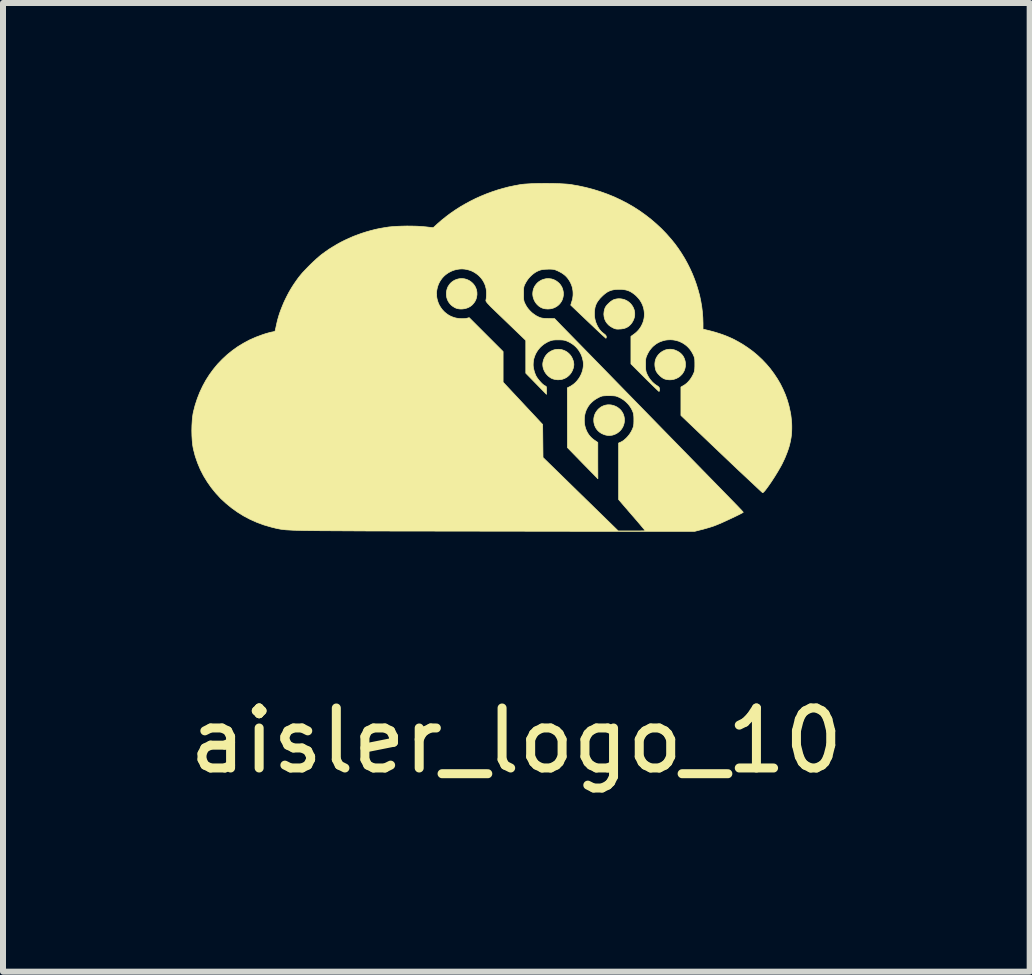
<source format=kicad_pcb>
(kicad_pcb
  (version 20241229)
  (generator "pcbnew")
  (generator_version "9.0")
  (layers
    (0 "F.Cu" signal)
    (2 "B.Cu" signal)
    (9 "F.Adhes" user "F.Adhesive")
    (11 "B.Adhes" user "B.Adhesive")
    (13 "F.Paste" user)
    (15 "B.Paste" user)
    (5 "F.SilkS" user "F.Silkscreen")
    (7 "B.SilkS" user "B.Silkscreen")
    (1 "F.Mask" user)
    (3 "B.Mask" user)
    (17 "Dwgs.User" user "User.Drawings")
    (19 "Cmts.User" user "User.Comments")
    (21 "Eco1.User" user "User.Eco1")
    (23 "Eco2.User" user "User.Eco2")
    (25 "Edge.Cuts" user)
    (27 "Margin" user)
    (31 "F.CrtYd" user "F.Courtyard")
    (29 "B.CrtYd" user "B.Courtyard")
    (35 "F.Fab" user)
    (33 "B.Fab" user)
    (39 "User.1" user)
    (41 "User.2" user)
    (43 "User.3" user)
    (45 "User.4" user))
  (footprint "aisler_logo_10"
    (layer "F.Cu")
    (at 5.354 5.792)
    (property "Reference" "aisler_logo_10" (at 0.2 3.5 0) (unlocked yes) (layer "F.SilkS") (effects (font (size 1 1) (thickness 0.15))))
    (attr smd exclude_from_pos_files exclude_from_bom)
    (fp_poly (pts (xy -0.7 -4.2) (xy -0.682 -4.198) (xy -0.663 -4.196) (xy -0.645 -4.191) (xy -0.627 -4.186) (xy -0.609 -4.178) (xy -0.592 -4.17) (xy -0.575 -4.16) (xy -0.558 -4.148) (xy -0.542 -4.135) (xy -0.526 -4.12) (xy -0.516 -4.109) (xy -0.507 -4.098) (xy -0.499 -4.086) (xy -0.491 -4.074) (xy -0.484 -4.061) (xy -0.478 -4.049) (xy -0.473 -4.036) (xy -0.468 -4.023) (xy -0.464 -4.01) (xy -0.461 -3.996) (xy -0.459 -3.983) (xy -0.457 -3.969) (xy -0.457 -3.955) (xy -0.456 -3.942) (xy -0.457 -3.928) (xy -0.459 -3.914) (xy -0.461 -3.901) (xy -0.464 -3.887) (xy -0.467 -3.874) (xy -0.471 -3.861) (xy -0.476 -3.848) (xy -0.482 -3.836) (xy -0.488 -3.823) (xy -0.496 -3.811) (xy -0.503 -3.8) (xy -0.512 -3.789) (xy -0.521 -3.778) (xy -0.531 -3.767) (xy -0.541 -3.757) (xy -0.553 -3.748) (xy -0.564 -3.739) (xy -0.577 -3.731) (xy -0.59 -3.724) (xy -0.604 -3.717) (xy -0.619 -3.711) (xy -0.634 -3.706) (xy -0.649 -3.702) (xy -0.665 -3.698) (xy -0.681 -3.696) (xy -0.697 -3.694) (xy -0.713 -3.693) (xy -0.729 -3.693) (xy -0.745 -3.694) (xy -0.76 -3.696) (xy -0.775 -3.699) (xy -0.789 -3.702) (xy -0.803 -3.707) (xy -0.816 -3.712) (xy -0.825 -3.717) (xy -0.833 -3.721) (xy -0.841 -3.726) (xy -0.849 -3.731) (xy -0.857 -3.736) (xy -0.865 -3.742) (xy -0.872 -3.747) (xy -0.879 -3.753) (xy -0.886 -3.759) (xy -0.893 -3.766) (xy -0.899 -3.772) (xy -0.905 -3.779) (xy -0.911 -3.786) (xy -0.916 -3.793) (xy -0.922 -3.8) (xy -0.927 -3.808) (xy -0.931 -3.815) (xy -0.936 -3.823) (xy -0.94 -3.831) (xy -0.944 -3.839) (xy -0.947 -3.847) (xy -0.951 -3.856) (xy -0.954 -3.864) (xy -0.956 -3.873) (xy -0.959 -3.882) (xy -0.961 -3.891) (xy -0.962 -3.9) (xy -0.964 -3.909) (xy -0.965 -3.918) (xy -0.966 -3.928) (xy -0.966 -3.937) (xy -0.966 -3.947) (xy -0.966 -3.968) (xy -0.963 -3.988) (xy -0.959 -4.008) (xy -0.954 -4.027) (xy -0.947 -4.045) (xy -0.94 -4.063) (xy -0.93 -4.079) (xy -0.92 -4.094) (xy -0.909 -4.109) (xy -0.897 -4.123) (xy -0.884 -4.135) (xy -0.87 -4.147) (xy -0.855 -4.157) (xy -0.84 -4.167) (xy -0.824 -4.175) (xy -0.807 -4.182) (xy -0.79 -4.188) (xy -0.772 -4.193) (xy -0.755 -4.197) (xy -0.737 -4.199) (xy -0.718 -4.2)) (stroke (width 0.011) (type solid)) (fill yes) (layer "F.SilkS"))
    (fp_poly (pts (xy 1.762 -2.096) (xy 1.778 -2.095) (xy 1.795 -2.091) (xy 1.812 -2.087) (xy 1.823 -2.084) (xy 1.833 -2.08) (xy 1.843 -2.076) (xy 1.853 -2.072) (xy 1.863 -2.067) (xy 1.872 -2.062) (xy 1.881 -2.057) (xy 1.89 -2.051) (xy 1.898 -2.045) (xy 1.906 -2.039) (xy 1.914 -2.032) (xy 1.922 -2.026) (xy 1.929 -2.019) (xy 1.936 -2.011) (xy 1.943 -2.004) (xy 1.949 -1.996) (xy 1.955 -1.988) (xy 1.961 -1.979) (xy 1.966 -1.971) (xy 1.971 -1.962) (xy 1.976 -1.953) (xy 1.98 -1.944) (xy 1.984 -1.935) (xy 1.987 -1.925) (xy 1.99 -1.915) (xy 1.993 -1.906) (xy 1.995 -1.896) (xy 1.997 -1.885) (xy 1.999 -1.875) (xy 2 -1.865) (xy 2 -1.854) (xy 2.001 -1.843) (xy 2 -1.827) (xy 1.999 -1.811) (xy 1.996 -1.795) (xy 1.993 -1.78) (xy 1.988 -1.765) (xy 1.983 -1.75) (xy 1.977 -1.736) (xy 1.971 -1.723) (xy 1.963 -1.71) (xy 1.955 -1.697) (xy 1.946 -1.685) (xy 1.936 -1.673) (xy 1.926 -1.662) (xy 1.915 -1.652) (xy 1.904 -1.643) (xy 1.892 -1.634) (xy 1.88 -1.625) (xy 1.867 -1.618) (xy 1.854 -1.611) (xy 1.84 -1.605) (xy 1.827 -1.6) (xy 1.812 -1.595) (xy 1.798 -1.591) (xy 1.783 -1.589) (xy 1.768 -1.587) (xy 1.753 -1.586) (xy 1.738 -1.586) (xy 1.723 -1.587) (xy 1.708 -1.589) (xy 1.692 -1.592) (xy 1.677 -1.596) (xy 1.661 -1.601) (xy 1.645 -1.608) (xy 1.629 -1.615) (xy 1.614 -1.623) (xy 1.599 -1.632) (xy 1.586 -1.642) (xy 1.573 -1.653) (xy 1.561 -1.664) (xy 1.55 -1.676) (xy 1.54 -1.688) (xy 1.531 -1.701) (xy 1.522 -1.715) (xy 1.515 -1.73) (xy 1.508 -1.745) (xy 1.502 -1.761) (xy 1.498 -1.777) (xy 1.494 -1.793) (xy 1.491 -1.811) (xy 1.49 -1.828) (xy 1.49 -1.845) (xy 1.49 -1.862) (xy 1.492 -1.878) (xy 1.495 -1.895) (xy 1.499 -1.91) (xy 1.504 -1.926) (xy 1.509 -1.941) (xy 1.516 -1.955) (xy 1.523 -1.969) (xy 1.532 -1.982) (xy 1.541 -1.995) (xy 1.551 -2.008) (xy 1.561 -2.019) (xy 1.572 -2.03) (xy 1.584 -2.04) (xy 1.596 -2.05) (xy 1.609 -2.059) (xy 1.623 -2.067) (xy 1.637 -2.074) (xy 1.651 -2.08) (xy 1.666 -2.085) (xy 1.681 -2.09) (xy 1.697 -2.093) (xy 1.713 -2.096) (xy 1.729 -2.097) (xy 1.745 -2.097)) (stroke (width 0.011) (type solid)) (fill yes) (layer "F.SilkS"))
    (fp_poly (pts (xy 0.747 -4.199) (xy 0.764 -4.197) (xy 0.781 -4.195) (xy 0.797 -4.191) (xy 0.814 -4.185) (xy 0.83 -4.179) (xy 0.846 -4.171) (xy 0.862 -4.162) (xy 0.878 -4.151) (xy 0.892 -4.14) (xy 0.906 -4.128) (xy 0.918 -4.116) (xy 0.929 -4.103) (xy 0.939 -4.089) (xy 0.949 -4.074) (xy 0.957 -4.06) (xy 0.964 -4.044) (xy 0.97 -4.029) (xy 0.974 -4.013) (xy 0.978 -3.997) (xy 0.981 -3.981) (xy 0.983 -3.965) (xy 0.983 -3.948) (xy 0.983 -3.932) (xy 0.982 -3.916) (xy 0.979 -3.899) (xy 0.976 -3.883) (xy 0.971 -3.868) (xy 0.966 -3.852) (xy 0.96 -3.837) (xy 0.952 -3.822) (xy 0.943 -3.808) (xy 0.934 -3.795) (xy 0.923 -3.781) (xy 0.912 -3.769) (xy 0.899 -3.757) (xy 0.886 -3.746) (xy 0.871 -3.736) (xy 0.856 -3.727) (xy 0.839 -3.718) (xy 0.827 -3.713) (xy 0.815 -3.708) (xy 0.803 -3.705) (xy 0.79 -3.701) (xy 0.777 -3.698) (xy 0.764 -3.696) (xy 0.751 -3.695) (xy 0.738 -3.694) (xy 0.724 -3.693) (xy 0.711 -3.694) (xy 0.698 -3.695) (xy 0.685 -3.696) (xy 0.672 -3.698) (xy 0.659 -3.701) (xy 0.647 -3.704) (xy 0.635 -3.708) (xy 0.635 -3.708) (xy 0.626 -3.712) (xy 0.618 -3.715) (xy 0.61 -3.719) (xy 0.601 -3.724) (xy 0.594 -3.729) (xy 0.586 -3.734) (xy 0.578 -3.739) (xy 0.571 -3.745) (xy 0.564 -3.751) (xy 0.557 -3.758) (xy 0.55 -3.764) (xy 0.544 -3.771) (xy 0.537 -3.778) (xy 0.531 -3.786) (xy 0.525 -3.794) (xy 0.52 -3.801) (xy 0.514 -3.81) (xy 0.509 -3.818) (xy 0.505 -3.826) (xy 0.5 -3.835) (xy 0.496 -3.844) (xy 0.492 -3.853) (xy 0.489 -3.862) (xy 0.486 -3.871) (xy 0.483 -3.88) (xy 0.48 -3.89) (xy 0.478 -3.899) (xy 0.476 -3.909) (xy 0.475 -3.918) (xy 0.474 -3.928) (xy 0.473 -3.937) (xy 0.473 -3.947) (xy 0.474 -3.965) (xy 0.476 -3.983) (xy 0.479 -4) (xy 0.483 -4.017) (xy 0.488 -4.033) (xy 0.495 -4.049) (xy 0.502 -4.064) (xy 0.51 -4.078) (xy 0.52 -4.092) (xy 0.53 -4.105) (xy 0.54 -4.117) (xy 0.552 -4.129) (xy 0.564 -4.14) (xy 0.577 -4.15) (xy 0.591 -4.159) (xy 0.605 -4.167) (xy 0.619 -4.175) (xy 0.634 -4.181) (xy 0.649 -4.187) (xy 0.665 -4.191) (xy 0.681 -4.195) (xy 0.697 -4.198) (xy 0.714 -4.199) (xy 0.73 -4.2)) (stroke (width 0.011) (type solid)) (fill yes) (layer "F.SilkS"))
    (fp_poly (pts (xy 2.78 -3.022) (xy 2.799 -3.019) (xy 2.817 -3.016) (xy 2.836 -3.011) (xy 2.854 -3.004) (xy 2.872 -2.996) (xy 2.881 -2.992) (xy 2.889 -2.988) (xy 2.897 -2.983) (xy 2.905 -2.978) (xy 2.913 -2.973) (xy 2.92 -2.968) (xy 2.927 -2.963) (xy 2.934 -2.957) (xy 2.941 -2.951) (xy 2.947 -2.945) (xy 2.953 -2.939) (xy 2.959 -2.932) (xy 2.965 -2.926) (xy 2.97 -2.919) (xy 2.975 -2.912) (xy 2.98 -2.904) (xy 2.984 -2.897) (xy 2.988 -2.89) (xy 2.992 -2.882) (xy 2.996 -2.874) (xy 2.999 -2.866) (xy 3.002 -2.858) (xy 3.005 -2.849) (xy 3.008 -2.841) (xy 3.01 -2.832) (xy 3.012 -2.823) (xy 3.014 -2.815) (xy 3.015 -2.805) (xy 3.016 -2.796) (xy 3.017 -2.787) (xy 3.017 -2.778) (xy 3.017 -2.768) (xy 3.017 -2.752) (xy 3.016 -2.736) (xy 3.013 -2.72) (xy 3.01 -2.705) (xy 3.006 -2.691) (xy 3.001 -2.676) (xy 2.995 -2.663) (xy 2.989 -2.649) (xy 2.981 -2.637) (xy 2.973 -2.624) (xy 2.965 -2.612) (xy 2.955 -2.601) (xy 2.945 -2.591) (xy 2.935 -2.581) (xy 2.924 -2.571) (xy 2.912 -2.562) (xy 2.9 -2.554) (xy 2.887 -2.547) (xy 2.874 -2.54) (xy 2.861 -2.534) (xy 2.847 -2.529) (xy 2.832 -2.524) (xy 2.818 -2.52) (xy 2.803 -2.518) (xy 2.788 -2.515) (xy 2.772 -2.514) (xy 2.757 -2.514) (xy 2.741 -2.514) (xy 2.725 -2.516) (xy 2.709 -2.518) (xy 2.692 -2.521) (xy 2.676 -2.526) (xy 2.676 -2.526) (xy 2.671 -2.527) (xy 2.666 -2.529) (xy 2.656 -2.534) (xy 2.645 -2.539) (xy 2.635 -2.546) (xy 2.623 -2.554) (xy 2.612 -2.563) (xy 2.601 -2.572) (xy 2.59 -2.582) (xy 2.58 -2.593) (xy 2.57 -2.603) (xy 2.56 -2.614) (xy 2.551 -2.625) (xy 2.543 -2.636) (xy 2.536 -2.647) (xy 2.531 -2.657) (xy 2.526 -2.667) (xy 2.524 -2.672) (xy 2.522 -2.678) (xy 2.521 -2.683) (xy 2.519 -2.689) (xy 2.516 -2.702) (xy 2.513 -2.716) (xy 2.511 -2.729) (xy 2.509 -2.743) (xy 2.509 -2.75) (xy 2.508 -2.756) (xy 2.508 -2.762) (xy 2.508 -2.768) (xy 2.508 -2.782) (xy 2.509 -2.796) (xy 2.511 -2.81) (xy 2.513 -2.823) (xy 2.516 -2.836) (xy 2.52 -2.848) (xy 2.524 -2.861) (xy 2.529 -2.873) (xy 2.535 -2.884) (xy 2.541 -2.895) (xy 2.548 -2.906) (xy 2.556 -2.917) (xy 2.564 -2.928) (xy 2.573 -2.938) (xy 2.583 -2.948) (xy 2.593 -2.957) (xy 2.608 -2.97) (xy 2.624 -2.981) (xy 2.64 -2.991) (xy 2.657 -2.999) (xy 2.674 -3.007) (xy 2.691 -3.013) (xy 2.708 -3.017) (xy 2.726 -3.02) (xy 2.744 -3.022) (xy 2.762 -3.023)) (stroke (width 0.011) (type solid)) (fill yes) (layer "F.SilkS"))
    (fp_poly (pts (xy 0.918 -3.021) (xy 0.936 -3.019) (xy 0.954 -3.016) (xy 0.971 -3.011) (xy 0.989 -3.005) (xy 1.006 -2.998) (xy 1.022 -2.99) (xy 1.039 -2.98) (xy 1.055 -2.968) (xy 1.07 -2.956) (xy 1.085 -2.941) (xy 1.092 -2.933) (xy 1.1 -2.924) (xy 1.107 -2.914) (xy 1.114 -2.904) (xy 1.12 -2.894) (xy 1.126 -2.883) (xy 1.132 -2.871) (xy 1.137 -2.86) (xy 1.141 -2.848) (xy 1.146 -2.836) (xy 1.149 -2.824) (xy 1.152 -2.813) (xy 1.154 -2.801) (xy 1.156 -2.79) (xy 1.157 -2.779) (xy 1.158 -2.768) (xy 1.157 -2.757) (xy 1.156 -2.746) (xy 1.154 -2.735) (xy 1.152 -2.723) (xy 1.149 -2.712) (xy 1.146 -2.7) (xy 1.141 -2.688) (xy 1.137 -2.676) (xy 1.132 -2.665) (xy 1.126 -2.653) (xy 1.12 -2.642) (xy 1.114 -2.632) (xy 1.107 -2.622) (xy 1.1 -2.612) (xy 1.092 -2.603) (xy 1.085 -2.595) (xy 1.075 -2.585) (xy 1.065 -2.576) (xy 1.054 -2.567) (xy 1.044 -2.559) (xy 1.033 -2.552) (xy 1.022 -2.546) (xy 1.011 -2.54) (xy 0.999 -2.534) (xy 0.987 -2.53) (xy 0.975 -2.526) (xy 0.963 -2.522) (xy 0.951 -2.519) (xy 0.938 -2.517) (xy 0.925 -2.516) (xy 0.912 -2.515) (xy 0.898 -2.514) (xy 0.891 -2.514) (xy 0.885 -2.515) (xy 0.878 -2.515) (xy 0.871 -2.516) (xy 0.864 -2.517) (xy 0.857 -2.518) (xy 0.843 -2.52) (xy 0.836 -2.521) (xy 0.829 -2.523) (xy 0.823 -2.525) (xy 0.817 -2.526) (xy 0.811 -2.528) (xy 0.805 -2.53) (xy 0.8 -2.532) (xy 0.794 -2.534) (xy 0.786 -2.539) (xy 0.777 -2.543) (xy 0.768 -2.548) (xy 0.76 -2.554) (xy 0.752 -2.56) (xy 0.744 -2.566) (xy 0.736 -2.572) (xy 0.728 -2.579) (xy 0.721 -2.586) (xy 0.714 -2.593) (xy 0.707 -2.601) (xy 0.701 -2.608) (xy 0.694 -2.616) (xy 0.688 -2.624) (xy 0.683 -2.633) (xy 0.677 -2.641) (xy 0.672 -2.65) (xy 0.668 -2.659) (xy 0.663 -2.668) (xy 0.659 -2.677) (xy 0.656 -2.686) (xy 0.652 -2.695) (xy 0.649 -2.704) (xy 0.647 -2.714) (xy 0.645 -2.723) (xy 0.643 -2.733) (xy 0.642 -2.742) (xy 0.641 -2.751) (xy 0.64 -2.761) (xy 0.64 -2.77) (xy 0.64 -2.779) (xy 0.641 -2.789) (xy 0.644 -2.809) (xy 0.649 -2.828) (xy 0.654 -2.847) (xy 0.661 -2.865) (xy 0.669 -2.882) (xy 0.678 -2.898) (xy 0.688 -2.914) (xy 0.699 -2.928) (xy 0.711 -2.942) (xy 0.724 -2.954) (xy 0.737 -2.966) (xy 0.752 -2.976) (xy 0.767 -2.986) (xy 0.782 -2.994) (xy 0.798 -3.001) (xy 0.814 -3.008) (xy 0.831 -3.013) (xy 0.848 -3.017) (xy 0.865 -3.02) (xy 0.883 -3.021) (xy 0.901 -3.022)) (stroke (width 0.011) (type solid)) (fill yes) (layer "F.SilkS"))
    (fp_poly (pts (xy 1.939 -3.863) (xy 1.958 -3.86) (xy 1.978 -3.856) (xy 1.996 -3.851) (xy 2.014 -3.844) (xy 2.031 -3.836) (xy 2.048 -3.827) (xy 2.063 -3.817) (xy 2.078 -3.805) (xy 2.092 -3.793) (xy 2.105 -3.78) (xy 2.117 -3.766) (xy 2.128 -3.751) (xy 2.138 -3.735) (xy 2.147 -3.719) (xy 2.154 -3.702) (xy 2.161 -3.685) (xy 2.166 -3.667) (xy 2.169 -3.649) (xy 2.172 -3.63) (xy 2.172 -3.611) (xy 2.172 -3.592) (xy 2.17 -3.573) (xy 2.166 -3.554) (xy 2.16 -3.534) (xy 2.153 -3.515) (xy 2.144 -3.496) (xy 2.133 -3.477) (xy 2.125 -3.463) (xy 2.115 -3.451) (xy 2.106 -3.439) (xy 2.101 -3.433) (xy 2.095 -3.428) (xy 2.09 -3.423) (xy 2.085 -3.418) (xy 2.079 -3.413) (xy 2.074 -3.408) (xy 2.068 -3.404) (xy 2.062 -3.4) (xy 2.056 -3.396) (xy 2.05 -3.392) (xy 2.044 -3.389) (xy 2.038 -3.386) (xy 2.031 -3.382) (xy 2.024 -3.38) (xy 2.018 -3.377) (xy 2.011 -3.374) (xy 2.004 -3.372) (xy 1.996 -3.37) (xy 1.981 -3.366) (xy 1.966 -3.364) (xy 1.949 -3.361) (xy 1.932 -3.36) (xy 1.909 -3.359) (xy 1.898 -3.358) (xy 1.889 -3.358) (xy 1.881 -3.359) (xy 1.873 -3.359) (xy 1.865 -3.36) (xy 1.858 -3.361) (xy 1.851 -3.363) (xy 1.844 -3.365) (xy 1.837 -3.367) (xy 1.83 -3.37) (xy 1.822 -3.373) (xy 1.814 -3.377) (xy 1.796 -3.387) (xy 1.796 -3.387) (xy 1.786 -3.392) (xy 1.777 -3.398) (xy 1.767 -3.404) (xy 1.759 -3.41) (xy 1.75 -3.416) (xy 1.742 -3.423) (xy 1.734 -3.43) (xy 1.727 -3.438) (xy 1.72 -3.445) (xy 1.713 -3.453) (xy 1.707 -3.461) (xy 1.701 -3.469) (xy 1.695 -3.478) (xy 1.69 -3.486) (xy 1.685 -3.495) (xy 1.681 -3.504) (xy 1.677 -3.513) (xy 1.673 -3.522) (xy 1.67 -3.532) (xy 1.667 -3.542) (xy 1.665 -3.551) (xy 1.663 -3.561) (xy 1.661 -3.571) (xy 1.66 -3.582) (xy 1.659 -3.592) (xy 1.658 -3.602) (xy 1.658 -3.613) (xy 1.659 -3.623) (xy 1.66 -3.634) (xy 1.661 -3.645) (xy 1.663 -3.656) (xy 1.665 -3.666) (xy 1.667 -3.676) (xy 1.67 -3.684) (xy 1.672 -3.693) (xy 1.674 -3.7) (xy 1.677 -3.707) (xy 1.68 -3.714) (xy 1.683 -3.721) (xy 1.687 -3.727) (xy 1.691 -3.734) (xy 1.695 -3.74) (xy 1.7 -3.747) (xy 1.706 -3.754) (xy 1.712 -3.761) (xy 1.719 -3.768) (xy 1.726 -3.776) (xy 1.735 -3.784) (xy 1.741 -3.79) (xy 1.748 -3.797) (xy 1.755 -3.803) (xy 1.761 -3.808) (xy 1.768 -3.814) (xy 1.774 -3.819) (xy 1.781 -3.824) (xy 1.787 -3.828) (xy 1.794 -3.832) (xy 1.8 -3.836) (xy 1.806 -3.84) (xy 1.812 -3.843) (xy 1.818 -3.846) (xy 1.824 -3.849) (xy 1.829 -3.851) (xy 1.835 -3.852) (xy 1.856 -3.858) (xy 1.877 -3.862) (xy 1.898 -3.864) (xy 1.919 -3.864)) (stroke (width 0.011) (type solid)) (fill yes) (layer "F.SilkS"))
    (fp_poly (pts (xy 0.813 -5.785) (xy 0.931 -5.781) (xy 1.034 -5.775) (xy 1.077 -5.771) (xy 1.114 -5.766) (xy 1.24 -5.744) (xy 1.363 -5.717) (xy 1.484 -5.685) (xy 1.602 -5.648) (xy 1.717 -5.607) (xy 1.83 -5.561) (xy 1.939 -5.51) (xy 2.046 -5.455) (xy 2.15 -5.395) (xy 2.25 -5.331) (xy 2.347 -5.262) (xy 2.441 -5.189) (xy 2.531 -5.112) (xy 2.618 -5.031) (xy 2.701 -4.945) (xy 2.78 -4.855) (xy 2.841 -4.78) (xy 2.898 -4.702) (xy 2.952 -4.621) (xy 3.003 -4.538) (xy 3.05 -4.453) (xy 3.093 -4.367) (xy 3.133 -4.279) (xy 3.169 -4.189) (xy 3.201 -4.099) (xy 3.229 -4.007) (xy 3.254 -3.916) (xy 3.273 -3.824) (xy 3.289 -3.732) (xy 3.3 -3.64) (xy 3.307 -3.549) (xy 3.31 -3.458) (xy 3.31 -3.358) (xy 3.339 -3.351) (xy 3.433 -3.328) (xy 3.521 -3.304) (xy 3.602 -3.278) (xy 3.642 -3.264) (xy 3.68 -3.25) (xy 3.717 -3.235) (xy 3.754 -3.219) (xy 3.79 -3.203) (xy 3.826 -3.186) (xy 3.861 -3.167) (xy 3.896 -3.148) (xy 3.967 -3.107) (xy 4.055 -3.049) (xy 4.14 -2.987) (xy 4.22 -2.92) (xy 4.295 -2.85) (xy 4.366 -2.775) (xy 4.432 -2.697) (xy 4.492 -2.616) (xy 4.548 -2.532) (xy 4.599 -2.445) (xy 4.643 -2.356) (xy 4.683 -2.264) (xy 4.716 -2.171) (xy 4.743 -2.076) (xy 4.764 -1.979) (xy 4.773 -1.931) (xy 4.779 -1.882) (xy 4.784 -1.833) (xy 4.788 -1.783) (xy 4.789 -1.743) (xy 4.789 -1.702) (xy 4.788 -1.663) (xy 4.786 -1.624) (xy 4.782 -1.585) (xy 4.777 -1.547) (xy 4.77 -1.509) (xy 4.762 -1.47) (xy 4.753 -1.431) (xy 4.742 -1.392) (xy 4.729 -1.352) (xy 4.715 -1.312) (xy 4.699 -1.271) (xy 4.682 -1.228) (xy 4.663 -1.185) (xy 4.642 -1.141) (xy 4.625 -1.106) (xy 4.605 -1.069) (xy 4.559 -0.989) (xy 4.507 -0.904) (xy 4.454 -0.822) (xy 4.403 -0.748) (xy 4.359 -0.688) (xy 4.34 -0.664) (xy 4.324 -0.647) (xy 4.312 -0.636) (xy 4.308 -0.633) (xy 4.304 -0.632) (xy 4.3 -0.636) (xy 4.288 -0.645) (xy 4.247 -0.683) (xy 4.099 -0.822) (xy 3.881 -1.026) (xy 3.618 -1.276) (xy 2.942 -1.92) (xy 2.942 -2.393) (xy 2.99 -2.421) (xy 3.001 -2.428) (xy 3.012 -2.435) (xy 3.023 -2.444) (xy 3.034 -2.453) (xy 3.045 -2.462) (xy 3.055 -2.472) (xy 3.065 -2.483) (xy 3.075 -2.494) (xy 3.085 -2.506) (xy 3.095 -2.518) (xy 3.104 -2.531) (xy 3.113 -2.544) (xy 3.121 -2.558) (xy 3.13 -2.571) (xy 3.137 -2.586) (xy 3.145 -2.6) (xy 3.149 -2.61) (xy 3.153 -2.618) (xy 3.157 -2.627) (xy 3.16 -2.635) (xy 3.163 -2.643) (xy 3.165 -2.651) (xy 3.167 -2.66) (xy 3.169 -2.668) (xy 3.17 -2.677) (xy 3.171 -2.687) (xy 3.172 -2.698) (xy 3.173 -2.709) (xy 3.173 -2.722) (xy 3.174 -2.736) (xy 3.174 -2.768) (xy 3.174 -2.801) (xy 3.173 -2.828) (xy 3.173 -2.84) (xy 3.172 -2.85) (xy 3.171 -2.86) (xy 3.169 -2.869) (xy 3.168 -2.878) (xy 3.165 -2.886) (xy 3.163 -2.895) (xy 3.16 -2.903) (xy 3.156 -2.912) (xy 3.152 -2.921) (xy 3.143 -2.941) (xy 3.127 -2.97) (xy 3.11 -2.997) (xy 3.092 -3.022) (xy 3.072 -3.045) (xy 3.051 -3.067) (xy 3.029 -3.086) (xy 3.005 -3.104) (xy 2.981 -3.12) (xy 2.956 -3.134) (xy 2.93 -3.146) (xy 2.904 -3.157) (xy 2.876 -3.165) (xy 2.849 -3.172) (xy 2.821 -3.177) (xy 2.793 -3.18) (xy 2.765 -3.181) (xy 2.737 -3.18) (xy 2.709 -3.178) (xy 2.681 -3.174) (xy 2.654 -3.167) (xy 2.627 -3.159) (xy 2.6 -3.149) (xy 2.574 -3.138) (xy 2.549 -3.124) (xy 2.525 -3.109) (xy 2.502 -3.091) (xy 2.479 -3.072) (xy 2.458 -3.051) (xy 2.439 -3.028) (xy 2.42 -3.004) (xy 2.403 -2.977) (xy 2.388 -2.949) (xy 2.377 -2.926) (xy 2.373 -2.916) (xy 2.369 -2.906) (xy 2.365 -2.897) (xy 2.362 -2.889) (xy 2.36 -2.88) (xy 2.358 -2.871) (xy 2.356 -2.862) (xy 2.355 -2.852) (xy 2.354 -2.841) (xy 2.353 -2.83) (xy 2.353 -2.817) (xy 2.353 -2.802) (xy 2.353 -2.768) (xy 2.353 -2.736) (xy 2.354 -2.709) (xy 2.354 -2.698) (xy 2.355 -2.687) (xy 2.356 -2.677) (xy 2.358 -2.668) (xy 2.359 -2.659) (xy 2.361 -2.651) (xy 2.363 -2.643) (xy 2.366 -2.635) (xy 2.369 -2.626) (xy 2.373 -2.618) (xy 2.381 -2.599) (xy 2.388 -2.586) (xy 2.395 -2.572) (xy 2.403 -2.559) (xy 2.411 -2.546) (xy 2.419 -2.534) (xy 2.428 -2.521) (xy 2.438 -2.509) (xy 2.448 -2.498) (xy 2.458 -2.486) (xy 2.468 -2.475) (xy 2.479 -2.465) (xy 2.49 -2.455) (xy 2.502 -2.445) (xy 2.513 -2.436) (xy 2.525 -2.428) (xy 2.537 -2.42) (xy 2.544 -2.415) (xy 2.551 -2.411) (xy 2.557 -2.407) (xy 2.562 -2.403) (xy 2.566 -2.399) (xy 2.57 -2.396) (xy 2.574 -2.392) (xy 2.575 -2.39) (xy 2.576 -2.389) (xy 2.578 -2.387) (xy 2.579 -2.385) (xy 2.58 -2.383) (xy 2.581 -2.381) (xy 2.581 -2.38) (xy 2.582 -2.378) (xy 2.583 -2.376) (xy 2.583 -2.374) (xy 2.584 -2.369) (xy 2.585 -2.365) (xy 2.585 -2.36) (xy 2.585 -2.354) (xy 2.585 -2.351) (xy 2.585 -2.347) (xy 2.585 -2.344) (xy 2.584 -2.341) (xy 2.584 -2.338) (xy 2.584 -2.335) (xy 2.583 -2.332) (xy 2.583 -2.33) (xy 2.582 -2.327) (xy 2.581 -2.325) (xy 2.581 -2.324) (xy 2.58 -2.322) (xy 2.579 -2.321) (xy 2.579 -2.32) (xy 2.578 -2.32) (xy 2.578 -2.319) (xy 2.577 -2.319) (xy 2.577 -2.319) (xy 2.575 -2.32) (xy 2.571 -2.324) (xy 2.556 -2.337) (xy 2.533 -2.359) (xy 2.504 -2.387) (xy 2.469 -2.421) (xy 2.429 -2.46) (xy 2.385 -2.503) (xy 2.339 -2.549) (xy 2.109 -2.779) (xy 2.109 -3.237) (xy 2.162 -3.275) (xy 2.181 -3.29) (xy 2.2 -3.306) (xy 2.217 -3.323) (xy 2.233 -3.34) (xy 2.248 -3.358) (xy 2.261 -3.377) (xy 2.274 -3.396) (xy 2.285 -3.416) (xy 2.295 -3.436) (xy 2.304 -3.456) (xy 2.312 -3.477) (xy 2.318 -3.498) (xy 2.324 -3.52) (xy 2.328 -3.541) (xy 2.331 -3.563) (xy 2.332 -3.585) (xy 2.333 -3.607) (xy 2.332 -3.629) (xy 2.33 -3.651) (xy 2.327 -3.673) (xy 2.323 -3.694) (xy 2.318 -3.716) (xy 2.311 -3.737) (xy 2.303 -3.759) (xy 2.294 -3.779) (xy 2.284 -3.8) (xy 2.272 -3.82) (xy 2.259 -3.84) (xy 2.245 -3.859) (xy 2.23 -3.877) (xy 2.213 -3.895) (xy 2.196 -3.913) (xy 2.18 -3.927) (xy 2.164 -3.94) (xy 2.148 -3.952) (xy 2.132 -3.963) (xy 2.117 -3.973) (xy 2.101 -3.982) (xy 2.085 -3.99) (xy 2.068 -3.997) (xy 2.051 -4.003) (xy 2.034 -4.008) (xy 2.016 -4.012) (xy 1.998 -4.015) (xy 1.978 -4.018) (xy 1.958 -4.02) (xy 1.937 -4.021) (xy 1.915 -4.021) (xy 1.891 -4.021) (xy 1.868 -4.019) (xy 1.847 -4.018) (xy 1.827 -4.015) (xy 1.807 -4.011) (xy 1.789 -4.007) (xy 1.771 -4.001) (xy 1.754 -3.995) (xy 1.737 -3.987) (xy 1.721 -3.979) (xy 1.704 -3.969) (xy 1.688 -3.957) (xy 1.672 -3.945) (xy 1.656 -3.931) (xy 1.639 -3.916) (xy 1.622 -3.899) (xy 1.605 -3.882) (xy 1.59 -3.866) (xy 1.577 -3.849) (xy 1.564 -3.833) (xy 1.553 -3.817) (xy 1.543 -3.801) (xy 1.534 -3.785) (xy 1.527 -3.768) (xy 1.52 -3.751) (xy 1.515 -3.734) (xy 1.51 -3.716) (xy 1.507 -3.697) (xy 1.504 -3.677) (xy 1.502 -3.656) (xy 1.501 -3.634) (xy 1.501 -3.612) (xy 1.501 -3.587) (xy 1.503 -3.562) (xy 1.507 -3.537) (xy 1.512 -3.513) (xy 1.518 -3.489) (xy 1.526 -3.466) (xy 1.535 -3.443) (xy 1.545 -3.421) (xy 1.556 -3.399) (xy 1.568 -3.379) (xy 1.581 -3.359) (xy 1.595 -3.341) (xy 1.61 -3.324) (xy 1.626 -3.308) (xy 1.643 -3.294) (xy 1.66 -3.281) (xy 1.665 -3.277) (xy 1.669 -3.274) (xy 1.673 -3.271) (xy 1.676 -3.268) (xy 1.68 -3.265) (xy 1.683 -3.261) (xy 1.686 -3.258) (xy 1.688 -3.255) (xy 1.691 -3.252) (xy 1.693 -3.249) (xy 1.694 -3.246) (xy 1.696 -3.242) (xy 1.697 -3.239) (xy 1.698 -3.236) (xy 1.698 -3.233) (xy 1.698 -3.232) (xy 1.698 -3.23) (xy 1.698 -3.228) (xy 1.698 -3.225) (xy 1.698 -3.223) (xy 1.698 -3.221) (xy 1.698 -3.219) (xy 1.697 -3.217) (xy 1.697 -3.215) (xy 1.696 -3.213) (xy 1.696 -3.212) (xy 1.696 -3.21) (xy 1.695 -3.209) (xy 1.694 -3.208) (xy 1.694 -3.207) (xy 1.693 -3.207) (xy 1.693 -3.206) (xy 1.693 -3.206) (xy 1.692 -3.206) (xy 1.692 -3.206) (xy 1.69 -3.207) (xy 1.685 -3.212) (xy 1.667 -3.228) (xy 1.639 -3.253) (xy 1.602 -3.287) (xy 1.509 -3.375) (xy 1.396 -3.482) (xy 1.106 -3.758) (xy 1.126 -3.824) (xy 1.133 -3.846) (xy 1.138 -3.868) (xy 1.141 -3.89) (xy 1.144 -3.913) (xy 1.145 -3.935) (xy 1.145 -3.958) (xy 1.144 -3.98) (xy 1.142 -4.002) (xy 1.138 -4.024) (xy 1.134 -4.046) (xy 1.128 -4.068) (xy 1.121 -4.089) (xy 1.112 -4.11) (xy 1.103 -4.131) (xy 1.092 -4.151) (xy 1.08 -4.171) (xy 1.072 -4.183) (xy 1.063 -4.195) (xy 1.055 -4.207) (xy 1.045 -4.218) (xy 1.036 -4.229) (xy 1.026 -4.239) (xy 1.016 -4.249) (xy 1.005 -4.258) (xy 0.994 -4.267) (xy 0.982 -4.276) (xy 0.97 -4.284) (xy 0.957 -4.293) (xy 0.943 -4.301) (xy 0.929 -4.309) (xy 0.914 -4.316) (xy 0.899 -4.324) (xy 0.877 -4.334) (xy 0.867 -4.338) (xy 0.858 -4.342) (xy 0.849 -4.345) (xy 0.841 -4.348) (xy 0.832 -4.35) (xy 0.823 -4.352) (xy 0.815 -4.354) (xy 0.805 -4.355) (xy 0.795 -4.356) (xy 0.785 -4.356) (xy 0.773 -4.357) (xy 0.76 -4.357) (xy 0.73 -4.357) (xy 0.704 -4.356) (xy 0.681 -4.355) (xy 0.66 -4.354) (xy 0.65 -4.352) (xy 0.641 -4.351) (xy 0.632 -4.35) (xy 0.623 -4.348) (xy 0.614 -4.346) (xy 0.605 -4.344) (xy 0.597 -4.341) (xy 0.588 -4.338) (xy 0.571 -4.332) (xy 0.556 -4.325) (xy 0.54 -4.318) (xy 0.525 -4.309) (xy 0.51 -4.3) (xy 0.495 -4.289) (xy 0.48 -4.278) (xy 0.465 -4.266) (xy 0.451 -4.253) (xy 0.437 -4.24) (xy 0.424 -4.226) (xy 0.411 -4.212) (xy 0.398 -4.197) (xy 0.387 -4.181) (xy 0.376 -4.166) (xy 0.366 -4.15) (xy 0.357 -4.134) (xy 0.345 -4.112) (xy 0.34 -4.102) (xy 0.336 -4.093) (xy 0.332 -4.084) (xy 0.329 -4.076) (xy 0.327 -4.068) (xy 0.325 -4.059) (xy 0.323 -4.049) (xy 0.322 -4.039) (xy 0.321 -4.028) (xy 0.32 -4.015) (xy 0.32 -4.001) (xy 0.32 -3.985) (xy 0.32 -3.947) (xy 0.32 -3.909) (xy 0.32 -3.879) (xy 0.321 -3.867) (xy 0.322 -3.855) (xy 0.323 -3.845) (xy 0.325 -3.836) (xy 0.326 -3.827) (xy 0.329 -3.818) (xy 0.331 -3.81) (xy 0.335 -3.802) (xy 0.339 -3.793) (xy 0.343 -3.784) (xy 0.354 -3.763) (xy 0.362 -3.748) (xy 0.371 -3.733) (xy 0.381 -3.718) (xy 0.392 -3.703) (xy 0.404 -3.689) (xy 0.416 -3.675) (xy 0.429 -3.661) (xy 0.442 -3.648) (xy 0.456 -3.635) (xy 0.47 -3.623) (xy 0.485 -3.612) (xy 0.5 -3.601) (xy 0.515 -3.591) (xy 0.53 -3.581) (xy 0.545 -3.573) (xy 0.561 -3.565) (xy 0.57 -3.561) (xy 0.579 -3.557) (xy 0.588 -3.553) (xy 0.596 -3.55) (xy 0.605 -3.547) (xy 0.613 -3.545) (xy 0.622 -3.543) (xy 0.631 -3.541) (xy 0.64 -3.54) (xy 0.65 -3.539) (xy 0.66 -3.537) (xy 0.672 -3.537) (xy 0.684 -3.536) (xy 0.698 -3.536) (xy 0.729 -3.535) (xy 0.837 -3.533) (xy 0.94 -3.426) (xy 1.08 -3.283) (xy 1.272 -3.087) (xy 3.885 -0.41) (xy 3.922 -0.371) (xy 3.952 -0.339) (xy 3.964 -0.326) (xy 3.973 -0.316) (xy 3.978 -0.309) (xy 3.98 -0.307) (xy 3.98 -0.306) (xy 3.976 -0.302) (xy 3.963 -0.295) (xy 3.918 -0.271) (xy 3.853 -0.239) (xy 3.775 -0.202) (xy 3.693 -0.164) (xy 3.614 -0.128) (xy 3.547 -0.1) (xy 3.499 -0.081) (xy 3.477 -0.073) (xy 3.452 -0.065) (xy 3.397 -0.048) (xy 3.34 -0.032) (xy 3.313 -0.024) (xy 3.288 -0.018) (xy 3.174 0.011) (xy 1.179 0.011) (xy -2.205 0.006) (xy -2.205 0.006) (xy -2.205 0.006) (xy -3.069 0.001) (xy -3.335 -0.002) (xy -3.52 -0.007) (xy -3.645 -0.014) (xy -3.733 -0.025) (xy -3.807 -0.04) (xy -3.887 -0.06) (xy -4.007 -0.095) (xy -4.124 -0.138) (xy -4.236 -0.188) (xy -4.344 -0.245) (xy -4.447 -0.309) (xy -4.545 -0.379) (xy -4.638 -0.455) (xy -4.726 -0.536) (xy -4.807 -0.624) (xy -4.882 -0.716) (xy -4.95 -0.813) (xy -5.012 -0.914) (xy -5.066 -1.019) (xy -5.112 -1.129) (xy -5.151 -1.241) (xy -5.181 -1.357) (xy -5.187 -1.388) (xy -5.193 -1.423) (xy -5.197 -1.459) (xy -5.201 -1.498) (xy -5.206 -1.581) (xy -5.208 -1.667) (xy -5.206 -1.753) (xy -5.201 -1.835) (xy -5.198 -1.874) (xy -5.193 -1.911) (xy -5.188 -1.945) (xy -5.182 -1.976) (xy -5.153 -2.089) (xy -5.117 -2.199) (xy -5.075 -2.306) (xy -5.027 -2.408) (xy -4.973 -2.507) (xy -4.913 -2.601) (xy -4.847 -2.691) (xy -4.776 -2.777) (xy -4.699 -2.857) (xy -4.618 -2.932) (xy -4.531 -3.002) (xy -4.44 -3.067) (xy -4.344 -3.125) (xy -4.245 -3.178) (xy -4.141 -3.224) (xy -4.033 -3.264) (xy -4.009 -3.272) (xy -3.985 -3.28) (xy -3.962 -3.287) (xy -3.939 -3.293) (xy -3.919 -3.299) (xy -3.9 -3.304) (xy -3.885 -3.307) (xy -3.873 -3.31) (xy -3.864 -3.311) (xy -3.855 -3.313) (xy -3.847 -3.315) (xy -3.839 -3.317) (xy -3.833 -3.319) (xy -3.83 -3.32) (xy -3.828 -3.321) (xy -3.826 -3.322) (xy -3.824 -3.323) (xy -3.823 -3.324) (xy -3.822 -3.325) (xy -3.822 -3.326) (xy -3.821 -3.328) (xy -3.819 -3.334) (xy -3.817 -3.343) (xy -3.814 -3.355) (xy -3.811 -3.369) (xy -3.807 -3.384) (xy -3.804 -3.4) (xy -3.8 -3.418) (xy -3.788 -3.472) (xy -3.774 -3.527) (xy -3.758 -3.582) (xy -3.74 -3.637) (xy -3.719 -3.693) (xy -3.697 -3.748) (xy -3.674 -3.803) (xy -3.648 -3.858) (xy -3.621 -3.912) (xy -3.599 -3.954) (xy -1.13 -3.954) (xy -1.13 -3.929) (xy -1.128 -3.904) (xy -1.125 -3.88) (xy -1.12 -3.856) (xy -1.113 -3.832) (xy -1.106 -3.808) (xy -1.097 -3.786) (xy -1.087 -3.763) (xy -1.075 -3.742) (xy -1.062 -3.721) (xy -1.048 -3.701) (xy -1.033 -3.681) (xy -1.016 -3.663) (xy -0.999 -3.645) (xy -0.98 -3.629) (xy -0.961 -3.614) (xy -0.94 -3.599) (xy -0.919 -3.586) (xy -0.896 -3.574) (xy -0.873 -3.564) (xy -0.848 -3.555) (xy -0.823 -3.547) (xy -0.797 -3.541) (xy -0.771 -3.537) (xy -0.743 -3.534) (xy -0.727 -3.533) (xy -0.71 -3.532) (xy -0.693 -3.532) (xy -0.676 -3.533) (xy -0.661 -3.534) (xy -0.647 -3.535) (xy -0.635 -3.537) (xy -0.63 -3.538) (xy -0.625 -3.539) (xy -0.586 -3.549) (xy -0.304 -3.267) (xy -0.021 -2.984) (xy -0.021 -2.474) (xy 0.308 -2.122) (xy 0.638 -1.769) (xy 0.641 -1.494) (xy 0.644 -1.219) (xy 1.271 -0.607) (xy 1.898 0.005) (xy 2.123 0.005) (xy 2.21 0.005) (xy 2.281 0.004) (xy 2.329 0.003) (xy 2.342 0.002) (xy 2.346 0.002) (xy 2.347 0.001) (xy 2.347 0.001) (xy 2.346 -0.001) (xy 2.343 -0.005) (xy 2.33 -0.021) (xy 2.282 -0.078) (xy 2.212 -0.161) (xy 2.125 -0.261) (xy 1.904 -0.518) (xy 1.904 -0.989) (xy 1.904 -1.46) (xy 1.945 -1.478) (xy 1.956 -1.484) (xy 1.969 -1.491) (xy 1.981 -1.5) (xy 1.994 -1.509) (xy 2.006 -1.52) (xy 2.019 -1.531) (xy 2.032 -1.543) (xy 2.044 -1.556) (xy 2.056 -1.569) (xy 2.067 -1.583) (xy 2.079 -1.597) (xy 2.089 -1.611) (xy 2.099 -1.626) (xy 2.108 -1.641) (xy 2.117 -1.656) (xy 2.124 -1.67) (xy 2.134 -1.692) (xy 2.139 -1.702) (xy 2.142 -1.711) (xy 2.145 -1.72) (xy 2.148 -1.729) (xy 2.15 -1.737) (xy 2.152 -1.746) (xy 2.154 -1.755) (xy 2.155 -1.765) (xy 2.156 -1.775) (xy 2.157 -1.786) (xy 2.157 -1.798) (xy 2.158 -1.812) (xy 2.158 -1.843) (xy 2.158 -1.874) (xy 2.157 -1.899) (xy 2.156 -1.91) (xy 2.155 -1.92) (xy 2.154 -1.93) (xy 2.153 -1.939) (xy 2.151 -1.948) (xy 2.149 -1.956) (xy 2.147 -1.964) (xy 2.144 -1.972) (xy 2.141 -1.981) (xy 2.137 -1.989) (xy 2.129 -2.008) (xy 2.121 -2.024) (xy 2.112 -2.04) (xy 2.103 -2.055) (xy 2.092 -2.071) (xy 2.081 -2.086) (xy 2.07 -2.1) (xy 2.058 -2.114) (xy 2.045 -2.127) (xy 2.031 -2.141) (xy 2.018 -2.153) (xy 2.003 -2.165) (xy 1.989 -2.176) (xy 1.974 -2.187) (xy 1.958 -2.196) (xy 1.943 -2.206) (xy 1.927 -2.214) (xy 1.904 -2.225) (xy 1.894 -2.229) (xy 1.885 -2.233) (xy 1.876 -2.237) (xy 1.867 -2.239) (xy 1.858 -2.242) (xy 1.849 -2.244) (xy 1.84 -2.245) (xy 1.829 -2.246) (xy 1.818 -2.247) (xy 1.806 -2.248) (xy 1.793 -2.248) (xy 1.777 -2.249) (xy 1.742 -2.249) (xy 1.706 -2.249) (xy 1.677 -2.248) (xy 1.665 -2.247) (xy 1.654 -2.246) (xy 1.644 -2.245) (xy 1.635 -2.244) (xy 1.626 -2.242) (xy 1.618 -2.239) (xy 1.61 -2.237) (xy 1.601 -2.233) (xy 1.593 -2.23) (xy 1.583 -2.225) (xy 1.562 -2.214) (xy 1.536 -2.2) (xy 1.512 -2.185) (xy 1.489 -2.168) (xy 1.468 -2.151) (xy 1.448 -2.132) (xy 1.439 -2.123) (xy 1.43 -2.113) (xy 1.421 -2.103) (xy 1.413 -2.092) (xy 1.405 -2.082) (xy 1.398 -2.071) (xy 1.391 -2.06) (xy 1.384 -2.049) (xy 1.378 -2.037) (xy 1.372 -2.025) (xy 1.366 -2.014) (xy 1.361 -2.001) (xy 1.357 -1.989) (xy 1.352 -1.976) (xy 1.348 -1.964) (xy 1.345 -1.951) (xy 1.339 -1.924) (xy 1.335 -1.897) (xy 1.333 -1.869) (xy 1.332 -1.841) (xy 1.333 -1.813) (xy 1.335 -1.786) (xy 1.339 -1.759) (xy 1.345 -1.734) (xy 1.352 -1.709) (xy 1.361 -1.684) (xy 1.371 -1.661) (xy 1.382 -1.638) (xy 1.395 -1.617) (xy 1.409 -1.596) (xy 1.425 -1.576) (xy 1.442 -1.557) (xy 1.46 -1.54) (xy 1.48 -1.523) (xy 1.501 -1.508) (xy 1.557 -1.47) (xy 1.557 -1.168) (xy 1.558 -0.865) (xy 1.304 -1.124) (xy 1.051 -1.384) (xy 1.05 -1.881) (xy 1.049 -2.379) (xy 1.098 -2.404) (xy 1.112 -2.412) (xy 1.125 -2.421) (xy 1.139 -2.43) (xy 1.151 -2.439) (xy 1.164 -2.449) (xy 1.176 -2.46) (xy 1.188 -2.471) (xy 1.199 -2.483) (xy 1.21 -2.495) (xy 1.22 -2.508) (xy 1.23 -2.52) (xy 1.24 -2.534) (xy 1.249 -2.547) (xy 1.257 -2.561) (xy 1.265 -2.575) (xy 1.273 -2.59) (xy 1.28 -2.605) (xy 1.286 -2.619) (xy 1.292 -2.635) (xy 1.297 -2.65) (xy 1.302 -2.665) (xy 1.306 -2.681) (xy 1.309 -2.696) (xy 1.312 -2.712) (xy 1.314 -2.728) (xy 1.316 -2.743) (xy 1.316 -2.759) (xy 1.317 -2.775) (xy 1.316 -2.79) (xy 1.315 -2.806) (xy 1.313 -2.821) (xy 1.31 -2.836) (xy 1.304 -2.862) (xy 1.297 -2.887) (xy 1.289 -2.911) (xy 1.279 -2.935) (xy 1.268 -2.958) (xy 1.255 -2.979) (xy 1.242 -3.001) (xy 1.227 -3.021) (xy 1.211 -3.04) (xy 1.195 -3.058) (xy 1.177 -3.075) (xy 1.157 -3.092) (xy 1.137 -3.107) (xy 1.116 -3.121) (xy 1.094 -3.134) (xy 1.071 -3.146) (xy 1.049 -3.156) (xy 1.04 -3.16) (xy 1.03 -3.163) (xy 1.022 -3.167) (xy 1.013 -3.169) (xy 1.004 -3.172) (xy 0.996 -3.173) (xy 0.986 -3.175) (xy 0.977 -3.176) (xy 0.966 -3.177) (xy 0.955 -3.178) (xy 0.943 -3.178) (xy 0.929 -3.179) (xy 0.898 -3.179) (xy 0.867 -3.179) (xy 0.841 -3.178) (xy 0.83 -3.177) (xy 0.819 -3.176) (xy 0.81 -3.175) (xy 0.801 -3.173) (xy 0.792 -3.172) (xy 0.783 -3.169) (xy 0.775 -3.167) (xy 0.766 -3.163) (xy 0.757 -3.16) (xy 0.747 -3.156) (xy 0.725 -3.146) (xy 0.709 -3.138) (xy 0.694 -3.129) (xy 0.679 -3.12) (xy 0.665 -3.111) (xy 0.651 -3.101) (xy 0.637 -3.09) (xy 0.624 -3.079) (xy 0.612 -3.068) (xy 0.599 -3.056) (xy 0.588 -3.043) (xy 0.577 -3.031) (xy 0.566 -3.017) (xy 0.556 -3.004) (xy 0.547 -2.99) (xy 0.538 -2.976) (xy 0.53 -2.962) (xy 0.522 -2.947) (xy 0.515 -2.932) (xy 0.509 -2.917) (xy 0.503 -2.901) (xy 0.498 -2.886) (xy 0.493 -2.87) (xy 0.489 -2.854) (xy 0.486 -2.838) (xy 0.484 -2.822) (xy 0.482 -2.806) (xy 0.481 -2.789) (xy 0.48 -2.773) (xy 0.48 -2.756) (xy 0.481 -2.74) (xy 0.483 -2.723) (xy 0.486 -2.707) (xy 0.489 -2.692) (xy 0.493 -2.676) (xy 0.497 -2.659) (xy 0.502 -2.642) (xy 0.508 -2.625) (xy 0.514 -2.609) (xy 0.52 -2.594) (xy 0.526 -2.581) (xy 0.532 -2.57) (xy 0.539 -2.558) (xy 0.548 -2.545) (xy 0.558 -2.531) (xy 0.568 -2.518) (xy 0.579 -2.504) (xy 0.59 -2.491) (xy 0.602 -2.478) (xy 0.613 -2.466) (xy 0.625 -2.454) (xy 0.636 -2.443) (xy 0.647 -2.434) (xy 0.657 -2.426) (xy 0.667 -2.419) (xy 0.675 -2.414) (xy 0.679 -2.412) (xy 0.683 -2.411) (xy 0.684 -2.41) (xy 0.686 -2.41) (xy 0.687 -2.409) (xy 0.689 -2.408) (xy 0.69 -2.408) (xy 0.691 -2.407) (xy 0.692 -2.406) (xy 0.693 -2.405) (xy 0.694 -2.404) (xy 0.695 -2.403) (xy 0.696 -2.401) (xy 0.697 -2.4) (xy 0.698 -2.399) (xy 0.698 -2.397) (xy 0.699 -2.395) (xy 0.7 -2.393) (xy 0.7 -2.391) (xy 0.701 -2.389) (xy 0.701 -2.387) (xy 0.701 -2.384) (xy 0.702 -2.381) (xy 0.702 -2.378) (xy 0.702 -2.375) (xy 0.702 -2.372) (xy 0.703 -2.368) (xy 0.703 -2.365) (xy 0.703 -2.357) (xy 0.703 -2.347) (xy 0.703 -2.337) (xy 0.702 -2.271) (xy 0.53 -2.447) (xy 0.357 -2.624) (xy 0.357 -3.17) (xy 0.022 -3.492) (xy -0.17 -3.677) (xy -0.23 -3.735) (xy -0.269 -3.777) (xy -0.283 -3.792) (xy -0.293 -3.805) (xy -0.3 -3.815) (xy -0.305 -3.823) (xy -0.307 -3.83) (xy -0.308 -3.836) (xy -0.307 -3.842) (xy -0.306 -3.848) (xy -0.305 -3.852) (xy -0.304 -3.857) (xy -0.302 -3.868) (xy -0.301 -3.881) (xy -0.3 -3.896) (xy -0.299 -3.912) (xy -0.298 -3.929) (xy -0.298 -3.946) (xy -0.298 -3.964) (xy -0.299 -3.988) (xy -0.301 -4.012) (xy -0.305 -4.036) (xy -0.311 -4.059) (xy -0.317 -4.082) (xy -0.325 -4.104) (xy -0.335 -4.125) (xy -0.345 -4.146) (xy -0.357 -4.166) (xy -0.37 -4.185) (xy -0.384 -4.204) (xy -0.399 -4.221) (xy -0.415 -4.238) (xy -0.431 -4.254) (xy -0.449 -4.268) (xy -0.467 -4.282) (xy -0.487 -4.295) (xy -0.506 -4.307) (xy -0.527 -4.318) (xy -0.548 -4.328) (xy -0.57 -4.336) (xy -0.592 -4.343) (xy -0.615 -4.349) (xy -0.638 -4.354) (xy -0.661 -4.358) (xy -0.685 -4.36) (xy -0.709 -4.361) (xy -0.733 -4.36) (xy -0.757 -4.358) (xy -0.781 -4.354) (xy -0.806 -4.349) (xy -0.83 -4.343) (xy -0.851 -4.336) (xy -0.872 -4.328) (xy -0.892 -4.319) (xy -0.911 -4.309) (xy -0.93 -4.299) (xy -0.948 -4.287) (xy -0.965 -4.275) (xy -0.982 -4.262) (xy -0.998 -4.248) (xy -1.013 -4.234) (xy -1.027 -4.218) (xy -1.041 -4.202) (xy -1.053 -4.185) (xy -1.065 -4.168) (xy -1.076 -4.15) (xy -1.086 -4.131) (xy -1.098 -4.106) (xy -1.107 -4.081) (xy -1.115 -4.056) (xy -1.121 -4.03) (xy -1.126 -4.005) (xy -1.129 -3.98) (xy -1.13 -3.954) (xy -3.599 -3.954) (xy -3.593 -3.966) (xy -3.563 -4.018) (xy -3.532 -4.069) (xy -3.499 -4.119) (xy -3.465 -4.168) (xy -3.431 -4.215) (xy -3.395 -4.26) (xy -3.379 -4.279) (xy -3.362 -4.299) (xy -3.32 -4.343) (xy -3.274 -4.391) (xy -3.224 -4.441) (xy -3.174 -4.489) (xy -3.125 -4.534) (xy -3.081 -4.572) (xy -3.061 -4.589) (xy -3.044 -4.602) (xy -2.983 -4.647) (xy -2.921 -4.69) (xy -2.857 -4.73) (xy -2.792 -4.769) (xy -2.725 -4.806) (xy -2.657 -4.84) (xy -2.587 -4.872) (xy -2.517 -4.903) (xy -2.445 -4.93) (xy -2.373 -4.956) (xy -2.3 -4.979) (xy -2.226 -5) (xy -2.152 -5.019) (xy -2.077 -5.035) (xy -2.001 -5.048) (xy -1.926 -5.06) (xy -1.861 -5.066) (xy -1.787 -5.071) (xy -1.707 -5.074) (xy -1.623 -5.076) (xy -1.539 -5.075) (xy -1.456 -5.073) (xy -1.379 -5.068) (xy -1.309 -5.062) (xy -1.185 -5.048) (xy -1.114 -5.113) (xy -1.043 -5.175) (xy -0.969 -5.234) (xy -0.893 -5.291) (xy -0.814 -5.345) (xy -0.733 -5.397) (xy -0.65 -5.445) (xy -0.565 -5.491) (xy -0.479 -5.534) (xy -0.39 -5.574) (xy -0.3 -5.611) (xy -0.208 -5.645) (xy -0.116 -5.676) (xy -0.022 -5.703) (xy 0.073 -5.728) (xy 0.169 -5.748) (xy 0.266 -5.766) (xy 0.301 -5.771) (xy 0.344 -5.775) (xy 0.445 -5.781) (xy 0.562 -5.785) (xy 0.687 -5.786)) (stroke (width 0.011) (type solid)) (fill yes) (layer "F.SilkS")))
  (gr_rect
    (start -3 -3)
    (end 14.107 13.14)
    (stroke (width 0.1) (type default))
    (fill no)
    (layer "Edge.Cuts")))
</source>
